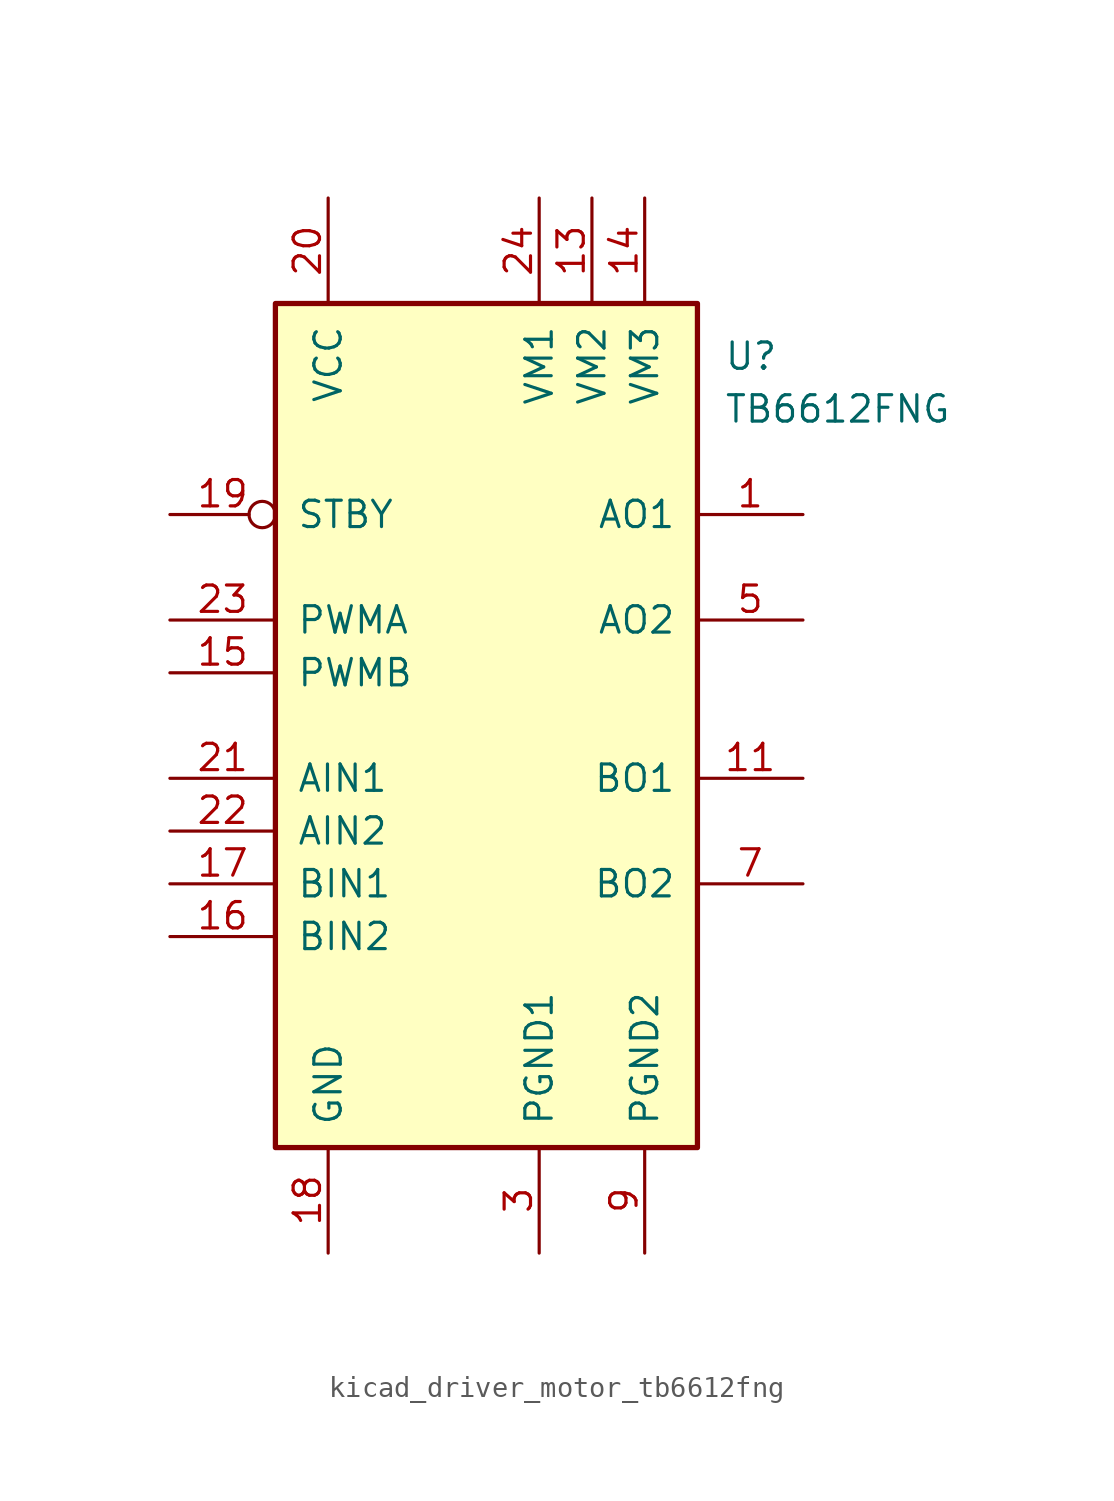
<source format=kicad_sym>
(kicad_symbol_lib
  (version 20220914)
  (generator kicad_symbol_editor)
  (symbol "kicad_driver_motor_tb6612fng"
    (pin_names
      (offset 1.016))
    (property "Reference" "U"
      (at 11.43 17.78 0)
      (effects (font (size 1.27 1.27)) (justify left)))
    (property "Value" "TB6612FNG"
      (at 11.43 15.24 0)
      (effects (font (size 1.27 1.27)) (justify left)))
    (symbol "kicad_driver_motor_tb6612fng_0_1"
      (rectangle (start -10.16 20.32) (end 10.16 -20.32) (stroke (width 0.254) (type default)) (fill (type background))))
    (symbol "kicad_driver_motor_tb6612fng_1_1"
      (pin output line (at 15.24 10.16 180) (length 5.08) (name "AO1" (effects (font (size 1.27 1.27)))) (number "1" (effects (font (size 1.27 1.27)))))
      (pin passive line (at 7.62 -25.4 90) (length 5.08) hide (name "PGND2" (effects (font (size 1.27 1.27)))) (number "10" (effects (font (size 1.27 1.27)))))
      (pin output line (at 15.24 -2.54 180) (length 5.08) (name "BO1" (effects (font (size 1.27 1.27)))) (number "11" (effects (font (size 1.27 1.27)))))
      (pin passive line (at 15.24 -2.54 180) (length 5.08) hide (name "BO1" (effects (font (size 1.27 1.27)))) (number "12" (effects (font (size 1.27 1.27)))))
      (pin power_in line (at 5.08 25.4 270) (length 5.08) (name "VM2" (effects (font (size 1.27 1.27)))) (number "13" (effects (font (size 1.27 1.27)))))
      (pin power_in line (at 7.62 25.4 270) (length 5.08) (name "VM3" (effects (font (size 1.27 1.27)))) (number "14" (effects (font (size 1.27 1.27)))))
      (pin input line (at -15.24 2.54 0) (length 5.08) (name "PWMB" (effects (font (size 1.27 1.27)))) (number "15" (effects (font (size 1.27 1.27)))))
      (pin input line (at -15.24 -10.16 0) (length 5.08) (name "BIN2" (effects (font (size 1.27 1.27)))) (number "16" (effects (font (size 1.27 1.27)))))
      (pin input line (at -15.24 -7.62 0) (length 5.08) (name "BIN1" (effects (font (size 1.27 1.27)))) (number "17" (effects (font (size 1.27 1.27)))))
      (pin power_in line (at -7.62 -25.4 90) (length 5.08) (name "GND" (effects (font (size 1.27 1.27)))) (number "18" (effects (font (size 1.27 1.27)))))
      (pin input inverted (at -15.24 10.16 0) (length 5.08) (name "STBY" (effects (font (size 1.27 1.27)))) (number "19" (effects (font (size 1.27 1.27)))))
      (pin passive line (at 15.24 10.16 180) (length 5.08) hide (name "AO1" (effects (font (size 1.27 1.27)))) (number "2" (effects (font (size 1.27 1.27)))))
      (pin power_in line (at -7.62 25.4 270) (length 5.08) (name "VCC" (effects (font (size 1.27 1.27)))) (number "20" (effects (font (size 1.27 1.27)))))
      (pin input line (at -15.24 -2.54 0) (length 5.08) (name "AIN1" (effects (font (size 1.27 1.27)))) (number "21" (effects (font (size 1.27 1.27)))))
      (pin input line (at -15.24 -5.08 0) (length 5.08) (name "AIN2" (effects (font (size 1.27 1.27)))) (number "22" (effects (font (size 1.27 1.27)))))
      (pin input line (at -15.24 5.08 0) (length 5.08) (name "PWMA" (effects (font (size 1.27 1.27)))) (number "23" (effects (font (size 1.27 1.27)))))
      (pin power_in line (at 2.54 25.4 270) (length 5.08) (name "VM1" (effects (font (size 1.27 1.27)))) (number "24" (effects (font (size 1.27 1.27)))))
      (pin power_in line (at 2.54 -25.4 90) (length 5.08) (name "PGND1" (effects (font (size 1.27 1.27)))) (number "3" (effects (font (size 1.27 1.27)))))
      (pin passive line (at 2.54 -25.4 90) (length 5.08) hide (name "PGND1" (effects (font (size 1.27 1.27)))) (number "4" (effects (font (size 1.27 1.27)))))
      (pin output line (at 15.24 5.08 180) (length 5.08) (name "AO2" (effects (font (size 1.27 1.27)))) (number "5" (effects (font (size 1.27 1.27)))))
      (pin passive line (at 15.24 5.08 180) (length 5.08) hide (name "AO2" (effects (font (size 1.27 1.27)))) (number "6" (effects (font (size 1.27 1.27)))))
      (pin output line (at 15.24 -7.62 180) (length 5.08) (name "BO2" (effects (font (size 1.27 1.27)))) (number "7" (effects (font (size 1.27 1.27)))))
      (pin passive line (at 15.24 -7.62 180) (length 5.08) hide (name "BO2" (effects (font (size 1.27 1.27)))) (number "8" (effects (font (size 1.27 1.27)))))
      (pin power_in line (at 7.62 -25.4 90) (length 5.08) (name "PGND2" (effects (font (size 1.27 1.27)))) (number "9" (effects (font (size 1.27 1.27))))))))
</source>
